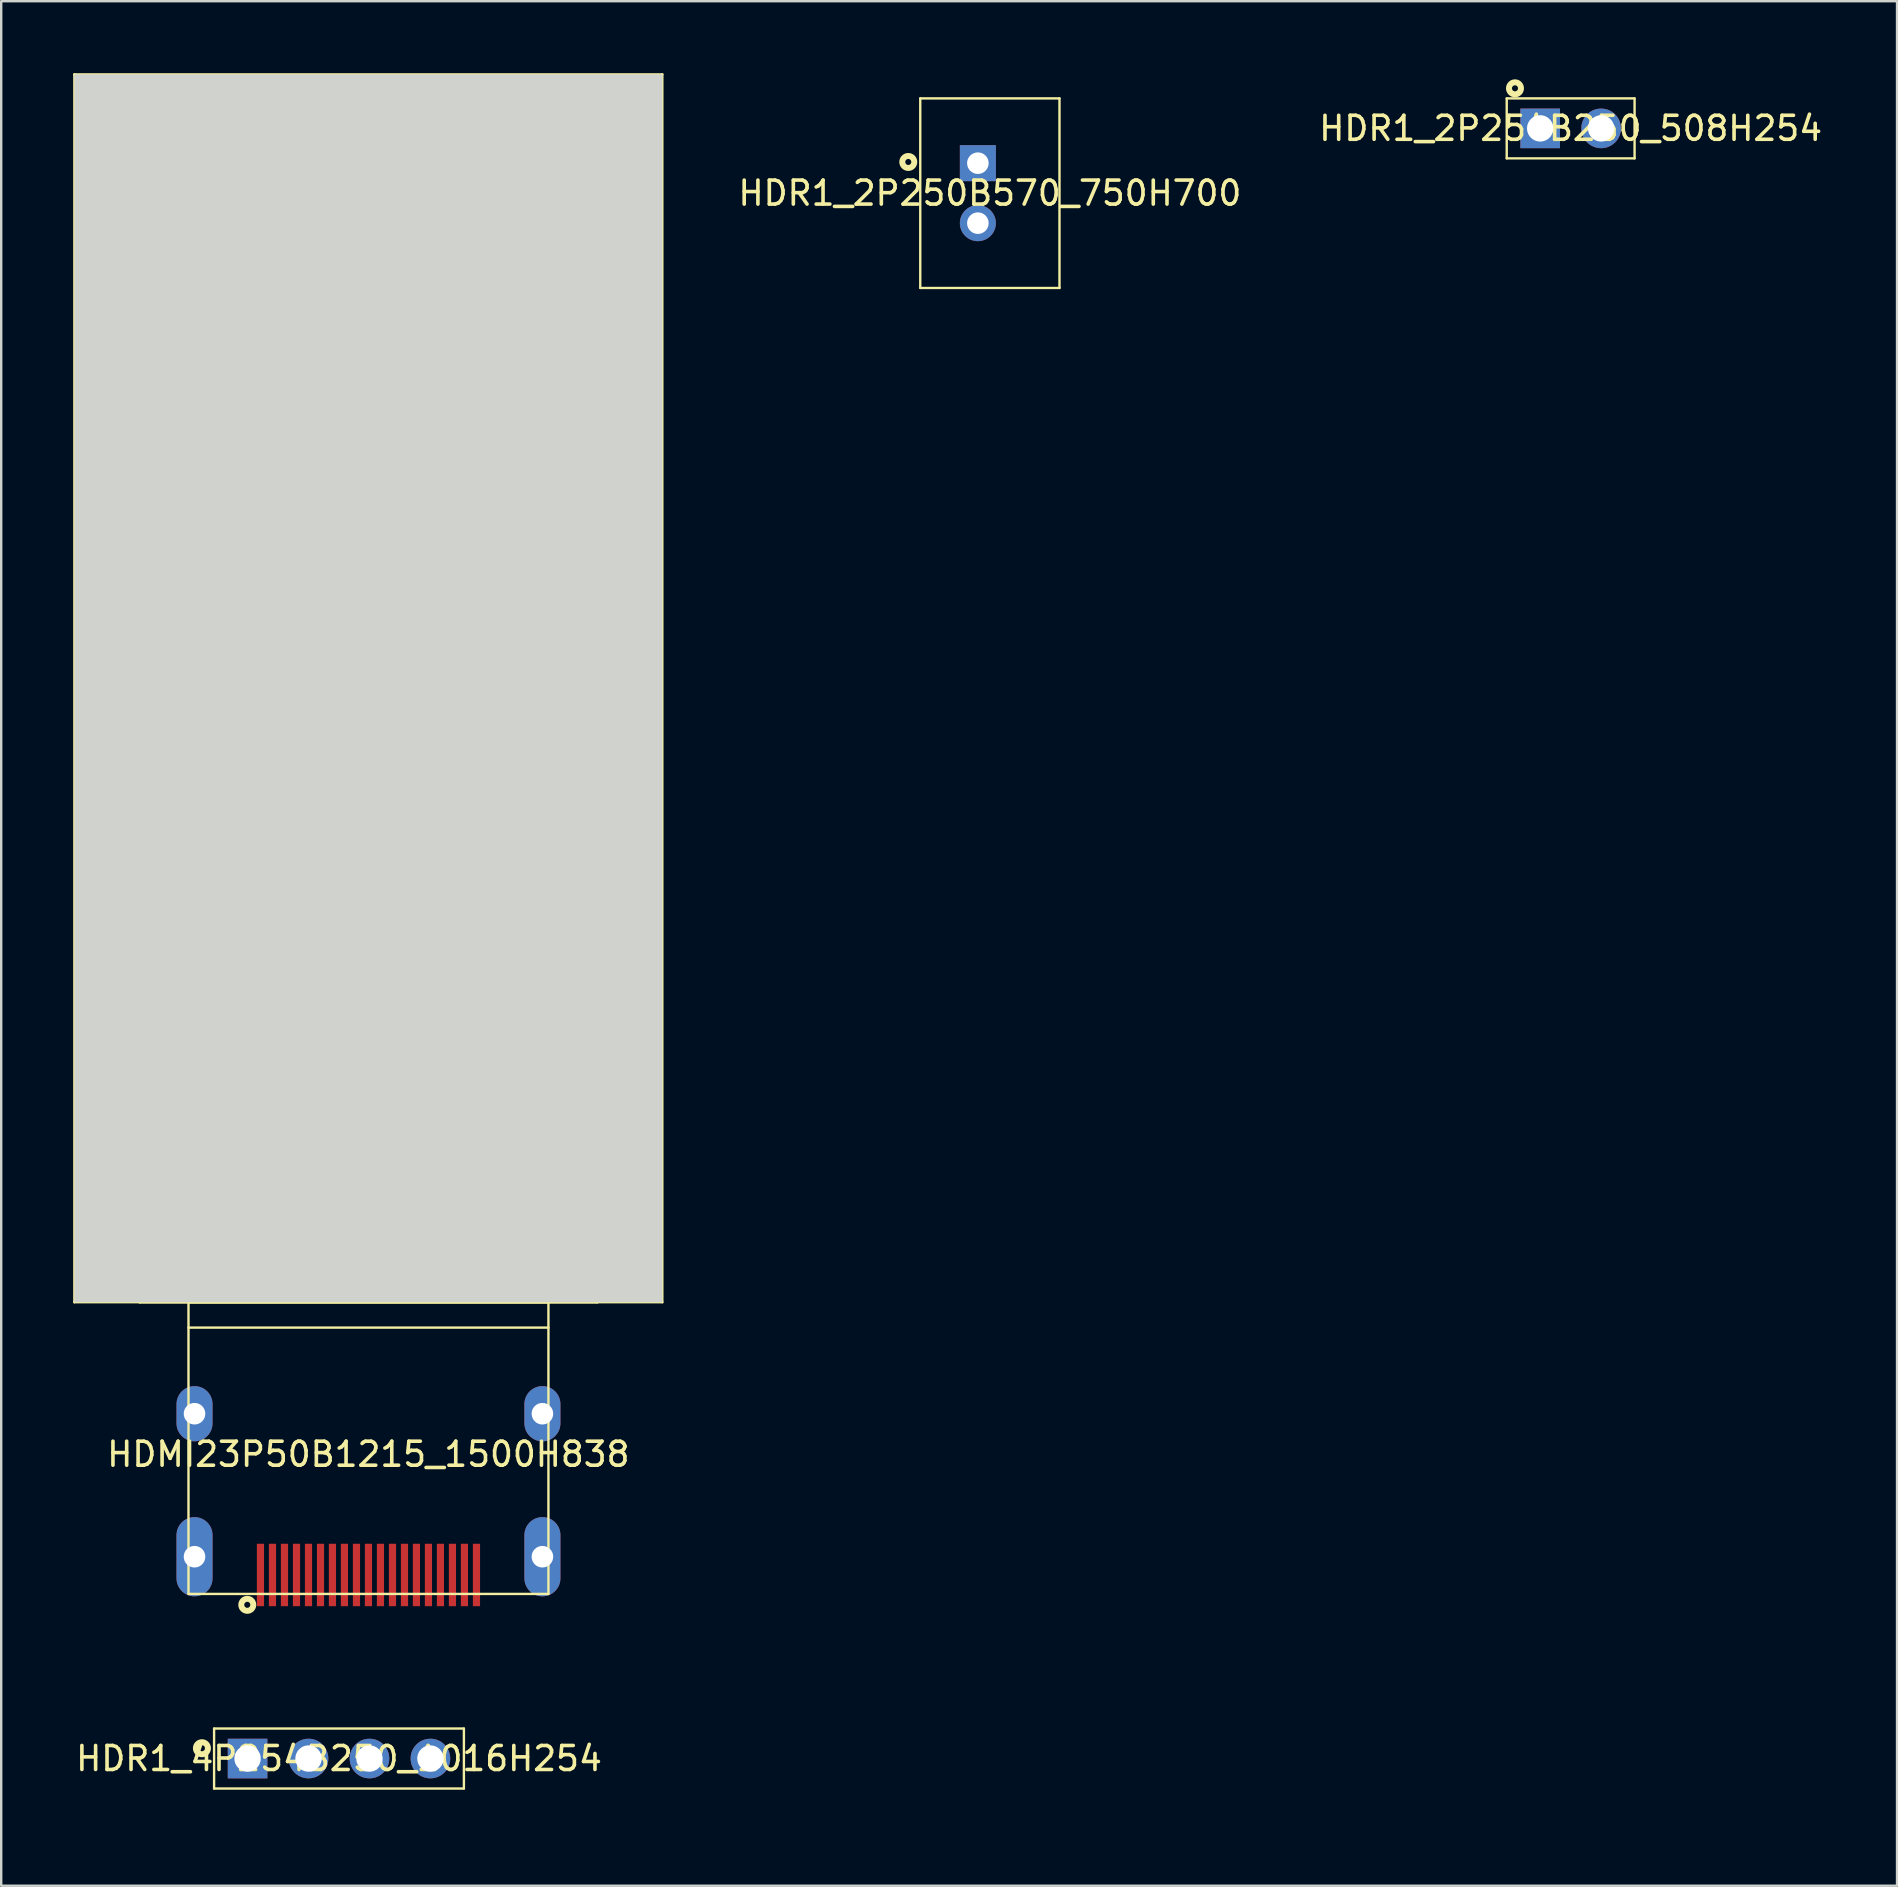
<source format=kicad_pcb>
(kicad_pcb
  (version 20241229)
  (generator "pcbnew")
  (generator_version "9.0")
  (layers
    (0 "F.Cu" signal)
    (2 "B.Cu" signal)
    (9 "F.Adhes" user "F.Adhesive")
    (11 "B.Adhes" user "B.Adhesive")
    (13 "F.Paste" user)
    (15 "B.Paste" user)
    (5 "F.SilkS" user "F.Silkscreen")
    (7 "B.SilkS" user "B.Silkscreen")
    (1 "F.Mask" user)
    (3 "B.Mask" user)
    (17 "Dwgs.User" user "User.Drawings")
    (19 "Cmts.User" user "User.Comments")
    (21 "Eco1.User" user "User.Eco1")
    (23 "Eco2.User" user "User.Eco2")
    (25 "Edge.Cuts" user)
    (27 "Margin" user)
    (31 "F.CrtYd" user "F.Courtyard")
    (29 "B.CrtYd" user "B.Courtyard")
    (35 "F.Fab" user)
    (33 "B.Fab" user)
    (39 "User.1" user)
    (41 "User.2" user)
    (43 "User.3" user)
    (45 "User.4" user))
  (footprint "HDR1_2P250B570_750H700"
    (layer "F.Cu")
    (at 38.201 5)
    (property "Reference" "HDR1_2P250B570_750H700" (at 0 0 0) (layer "F.SilkS") (effects (font (size 1 1) (thickness 0.15))))
    (fp_line (start -2.901 3.95) (end -2.901 -3.95) (stroke (width 0.099) (type default)) (layer "F.SilkS"))
    (fp_line (start 2.901 -3.95) (end -2.901 -3.95) (stroke (width 0.099) (type default)) (layer "F.SilkS"))
    (fp_line (start 2.901 3.95) (end -2.901 3.95) (stroke (width 0.099) (type default)) (layer "F.SilkS"))
    (fp_line (start 2.901 3.95) (end 2.901 -3.95) (stroke (width 0.099) (type default)) (layer "F.SilkS"))
    (fp_circle (center -3.4 -1.3) (end -3.15 -1.3) (stroke (width 0.249) (type default)) (fill no) (layer "F.SilkS"))
    (fp_line (start -3.899 4.95) (end -3.899 -4.95) (stroke (width 0.025) (type default)) (layer "User.1"))
    (fp_line (start 3.899 -4.95) (end -3.899 -4.95) (stroke (width 0.025) (type default)) (layer "User.1"))
    (fp_line (start 3.899 4.95) (end -3.899 4.95) (stroke (width 0.025) (type default)) (layer "User.1"))
    (fp_line (start 3.899 4.95) (end 3.899 -4.95) (stroke (width 0.025) (type default)) (layer "User.1"))
    (fp_poly (pts (xy -2.901 -3.95) (xy 2.901 -3.95) (xy 2.901 3.95) (xy -2.901 3.95)) (stroke (width 0.1) (type default)) (fill no) (layer "User.1"))
    (fp_poly (pts (xy -2.901 -3.95) (xy 2.901 -3.95) (xy 2.901 3.95) (xy -2.901 3.95)) (stroke (width 0.1) (type default)) (fill no) (layer "User.1"))
    (fp_poly (pts (xy -2.251 -2.999) (xy -2.251 2.999) (xy 1.25 2.999) (xy 1.25 -2.999)) (stroke (width 0.1) (type default)) (fill no) (layer "User.1"))
    (fp_poly (pts (xy -2.251 -2.999) (xy -2.251 2.999) (xy 1.25 2.999) (xy 1.25 -2.999)) (stroke (width 0.1) (type default)) (fill no) (layer "User.1"))
    (fp_poly (pts (xy -3.899 -4.95) (xy 3.899 -4.95) (xy 3.899 4.95) (xy -3.899 4.95) (xy -3.899 3.95) (xy -2.901 3.95) (xy 2.901 3.95) (xy 2.901 -3.95) (xy -2.901 -3.95) (xy -2.901 3.808) (xy -3.899 3.808)) (stroke (width 0.1) (type default)) (fill no) (layer "User.1"))
    (fp_poly (pts (xy -3.899 -4.95) (xy 3.899 -4.95) (xy 3.899 4.95) (xy -3.899 4.95) (xy -3.899 3.95) (xy -2.901 3.95) (xy 2.901 3.95) (xy 2.901 -3.95) (xy -2.901 -3.95) (xy -2.901 3.808) (xy -3.899 3.808)) (stroke (width 0.1) (type default)) (fill no) (layer "User.1"))
    (pad "1" thru_hole rect (at -0.5 -1.25 90) (size 1.501 1.501) (drill 0.899) (layers "*.Cu" "*.Mask"))
    (pad "2" thru_hole circle (at -0.5 1.25 90) (size 1.501 1.501) (drill 0.899) (layers "*.Cu" "*.Mask")))
  (footprint "HDR1_4P254B250_1016H254"
    (layer "F.Cu")
    (at 11.077 70.234)
    (property "Reference" "HDR1_4P254B250_1016H254" (at 0 0 0) (layer "F.SilkS") (effects (font (size 1 1) (thickness 0.15))))
    (fp_line (start -5.205 1.25) (end -5.205 -1.25) (stroke (width 0.099) (type default)) (layer "F.SilkS"))
    (fp_line (start 5.205 -1.25) (end -5.205 -1.25) (stroke (width 0.099) (type default)) (layer "F.SilkS"))
    (fp_line (start 5.205 1.25) (end -5.205 1.25) (stroke (width 0.099) (type default)) (layer "F.SilkS"))
    (fp_line (start 5.205 1.25) (end 5.205 -1.25) (stroke (width 0.099) (type default)) (layer "F.SilkS"))
    (fp_circle (center -5.712 -0.43) (end -5.461 -0.43) (stroke (width 0.249) (type default)) (fill no) (layer "F.SilkS"))
    (fp_line (start -6.205 2.251) (end -6.205 -2.251) (stroke (width 0.025) (type default)) (layer "User.1"))
    (fp_line (start 6.205 -2.251) (end -6.205 -2.251) (stroke (width 0.025) (type default)) (layer "User.1"))
    (fp_line (start 6.205 2.251) (end -6.205 2.251) (stroke (width 0.025) (type default)) (layer "User.1"))
    (fp_line (start 6.205 2.251) (end 6.205 -2.251) (stroke (width 0.025) (type default)) (layer "User.1"))
    (fp_poly (pts (xy -5.649 1.829) (xy -5.649 -1.829) (xy 5.601 -1.829) (xy 5.601 1.829)) (stroke (width 0.1) (type default)) (fill no) (layer "User.1"))
    (fp_poly (pts (xy -5.649 1.829) (xy -5.649 -1.829) (xy 5.601 -1.829) (xy 5.601 1.829)) (stroke (width 0.1) (type default)) (fill no) (layer "User.1"))
    (fp_poly (pts (xy -5.205 1.25) (xy -5.205 -1.25) (xy 5.205 -1.25) (xy 5.205 1.25)) (stroke (width 0.1) (type default)) (fill no) (layer "User.1"))
    (fp_poly (pts (xy -5.205 1.25) (xy -5.205 -1.25) (xy 5.205 -1.25) (xy 5.205 1.25)) (stroke (width 0.1) (type default)) (fill no) (layer "User.1"))
    (fp_poly (pts (xy -6.205 2.251) (xy -5.22 2.251) (xy -5.22 -1.26) (xy 5.21 -1.26) (xy 5.21 1.27) (xy -5.199 1.27) (xy -5.199 2.251) (xy 6.205 2.251) (xy 6.205 -2.251) (xy -6.205 -2.251)) (stroke (width 0.1) (type default)) (fill no) (layer "User.1"))
    (fp_poly (pts (xy -6.205 2.251) (xy -5.22 2.251) (xy -5.22 -1.26) (xy 5.21 -1.26) (xy 5.21 1.27) (xy -5.199 1.27) (xy -5.199 2.251) (xy 6.205 2.251) (xy 6.205 -2.251) (xy -6.205 -2.251)) (stroke (width 0.1) (type default)) (fill no) (layer "User.1"))
    (pad "1" thru_hole rect (at -3.81 0 90) (size 1.651 1.651) (drill 1.1) (layers "*.Cu" "*.Mask"))
    (pad "2" thru_hole circle (at -1.27 0 90) (size 1.651 1.651) (drill 1.1) (layers "*.Cu" "*.Mask"))
    (pad "3" thru_hole circle (at 1.27 0 90) (size 1.651 1.651) (drill 1.1) (layers "*.Cu" "*.Mask"))
    (pad "4" thru_hole circle (at 3.81 0 90) (size 1.651 1.651) (drill 1.1) (layers "*.Cu" "*.Mask")))
  (footprint "HDR1_2P254B250_508H254"
    (layer "F.Cu")
    (at 62.404 2.3)
    (property "Reference" "HDR1_2P254B250_508H254" (at 0 0 0) (layer "F.SilkS") (effects (font (size 1 1) (thickness 0.15))))
    (fp_line (start -2.664 -1.25) (end -2.664 1.25) (stroke (width 0.099) (type default)) (layer "F.SilkS"))
    (fp_line (start 2.664 -1.25) (end -2.664 -1.25) (stroke (width 0.099) (type default)) (layer "F.SilkS"))
    (fp_line (start 2.664 -1.25) (end 2.664 1.25) (stroke (width 0.099) (type default)) (layer "F.SilkS"))
    (fp_line (start 2.664 1.25) (end -2.664 1.25) (stroke (width 0.099) (type default)) (layer "F.SilkS"))
    (fp_circle (center -2.32 -1.67) (end -2.07 -1.67) (stroke (width 0.249) (type default)) (fill no) (layer "F.SilkS"))
    (fp_line (start -3.665 -2.251) (end -3.665 2.251) (stroke (width 0.025) (type default)) (layer "User.1"))
    (fp_line (start 3.665 -2.251) (end -3.665 -2.251) (stroke (width 0.025) (type default)) (layer "User.1"))
    (fp_line (start 3.665 -2.251) (end 3.665 2.251) (stroke (width 0.025) (type default)) (layer "User.1"))
    (fp_line (start 3.665 2.251) (end -3.665 2.251) (stroke (width 0.025) (type default)) (layer "User.1"))
    (fp_poly (pts (xy -3.099 1.829) (xy -3.099 -1.829) (xy 3.099 -1.829) (xy 3.099 1.829)) (stroke (width 0.1) (type default)) (fill no) (layer "User.1"))
    (fp_poly (pts (xy -3.099 1.829) (xy -3.099 -1.829) (xy 3.099 -1.829) (xy 3.099 1.829)) (stroke (width 0.1) (type default)) (fill no) (layer "User.1"))
    (fp_poly (pts (xy -2.664 1.25) (xy -2.664 -1.25) (xy 2.664 -1.25) (xy 2.664 1.25)) (stroke (width 0.1) (type default)) (fill no) (layer "User.1"))
    (fp_poly (pts (xy -2.664 1.25) (xy -2.664 -1.25) (xy 2.664 -1.25) (xy 2.664 1.25)) (stroke (width 0.1) (type default)) (fill no) (layer "User.1"))
    (fp_poly (pts (xy -3.665 2.251) (xy -2.679 2.251) (xy -2.679 -1.28) (xy 2.659 -1.28) (xy 2.69 -1.25) (xy 2.69 1.26) (xy 2.679 1.27) (xy -2.659 1.27) (xy -2.659 2.251) (xy 3.665 2.251) (xy 3.665 -2.251) (xy -3.665 -2.251)) (stroke (width 0.1) (type default)) (fill no) (layer "User.1"))
    (fp_poly (pts (xy -3.665 2.251) (xy -2.679 2.251) (xy -2.679 -1.28) (xy 2.659 -1.28) (xy 2.69 -1.25) (xy 2.69 1.26) (xy 2.679 1.27) (xy -2.659 1.27) (xy -2.659 2.251) (xy 3.665 2.251) (xy 3.665 -2.251) (xy -3.665 -2.251)) (stroke (width 0.1) (type default)) (fill no) (layer "User.1"))
    (pad "1" thru_hole rect (at -1.27 0 180) (size 1.651 1.651) (drill 1.1) (layers "*.Cu" "*.Mask"))
    (pad "2" thru_hole circle (at 1.27 0 180) (size 1.651 1.651) (drill 1.1) (layers "*.Cu" "*.Mask")))
  (footprint "HDMI23P50B1215_1500H838"
    (layer "F.Cu")
    (at 12.3 57.554)
    (property "Reference" "HDMI23P50B1215_1500H838" (at 0 0 0) (layer "F.SilkS") (effects (font (size 1 1) (thickness 0.15))))
    (fp_line (start -12.251 -57.505) (end -12.251 -6.336) (stroke (width 0.099) (type default)) (layer "F.SilkS"))
    (fp_line (start -9.53 -34.462) (end -9.53 -6.331) (stroke (width 0.099) (type default)) (layer "F.SilkS"))
    (fp_line (start -7.495 -6.331) (end -7.495 5.821) (stroke (width 0.099) (type default)) (layer "F.SilkS"))
    (fp_line (start 7.505 -6.331) (end -7.495 -6.331) (stroke (width 0.099) (type default)) (layer "F.SilkS"))
    (fp_line (start 7.505 -6.331) (end 7.505 5.821) (stroke (width 0.099) (type default)) (layer "F.SilkS"))
    (fp_line (start 7.505 -5.279) (end -7.495 -5.279) (stroke (width 0.099) (type default)) (layer "F.SilkS"))
    (fp_line (start 7.505 5.821) (end -7.495 5.821) (stroke (width 0.099) (type default)) (layer "F.SilkS"))
    (fp_line (start 9.54 -34.462) (end -9.53 -34.462) (stroke (width 0.099) (type default)) (layer "F.SilkS"))
    (fp_line (start 9.54 -34.462) (end 9.54 -6.331) (stroke (width 0.099) (type default)) (layer "F.SilkS"))
    (fp_line (start 9.54 -6.331) (end -9.53 -6.331) (stroke (width 0.099) (type default)) (layer "F.SilkS"))
    (fp_line (start 12.251 -57.505) (end -12.251 -57.505) (stroke (width 0.099) (type default)) (layer "F.SilkS"))
    (fp_line (start 12.251 -57.505) (end 12.251 -6.336) (stroke (width 0.099) (type default)) (layer "F.SilkS"))
    (fp_line (start 12.251 -6.336) (end -12.251 -6.336) (stroke (width 0.099) (type default)) (layer "F.SilkS"))
    (fp_circle (center -5.045 6.274) (end -4.795 6.274) (stroke (width 0.249) (type default)) (fill no) (layer "F.SilkS"))
    (fp_poly (pts (xy 12.251 -6.336) (xy 12.251 -57.505) (xy -12.251 -57.505) (xy -12.251 -6.336)) (stroke (width 0) (type default)) (fill yes) (layer "Edge.Cuts"))
    (fp_line (start -8.994 -7.329) (end -8.994 6.819) (stroke (width 0.025) (type default)) (layer "User.1"))
    (fp_line (start -8.994 -0.256) (end -8.994 7.329) (stroke (width 0.025) (type default)) (layer "User.1"))
    (fp_line (start 9.005 -7.329) (end -8.994 -7.329) (stroke (width 0.025) (type default)) (layer "User.1"))
    (fp_line (start 9.005 -7.329) (end 9.005 7.329) (stroke (width 0.025) (type default)) (layer "User.1"))
    (fp_line (start 9.005 7.329) (end -8.994 7.329) (stroke (width 0.025) (type default)) (layer "User.1"))
    (fp_poly (pts (xy -9.005 6.946) (xy -9.005 -4.936) (xy -5.555 -4.936) (xy -5.555 6.946)) (stroke (width 0.1) (type default)) (fill no) (layer "User.1"))
    (fp_poly (pts (xy -9.005 6.946) (xy -9.005 -4.936) (xy -5.555 -4.936) (xy -5.555 6.946)) (stroke (width 0.1) (type default)) (fill no) (layer "User.1"))
    (fp_poly (pts (xy 7.505 5.821) (xy 7.505 -6.331) (xy -7.495 -6.331) (xy -7.495 5.821)) (stroke (width 0.1) (type default)) (fill no) (layer "User.1"))
    (fp_poly (pts (xy 7.505 5.821) (xy 7.505 -6.331) (xy -7.495 -6.331) (xy -7.495 5.821)) (stroke (width 0.1) (type default)) (fill no) (layer "User.1"))
    (fp_poly (pts (xy 9.005 6.946) (xy 9.005 -4.886) (xy 5.575 -4.886) (xy 5.575 6.946)) (stroke (width 0.1) (type default)) (fill no) (layer "User.1"))
    (fp_poly (pts (xy 9.005 6.946) (xy 9.005 -4.886) (xy 5.575 -4.886) (xy 5.575 6.946)) (stroke (width 0.1) (type default)) (fill no) (layer "User.1"))
    (fp_poly (pts (xy 9.005 -7.329) (xy 7.516 -7.329) (xy 7.516 5.846) (xy -7.505 5.846) (xy -7.505 -6.336) (xy 7.505 -6.336) (xy 7.505 -7.329) (xy -8.994 -7.329) (xy -8.994 7.329) (xy 9.005 7.329)) (stroke (width 0.1) (type default)) (fill no) (layer "User.1"))
    (fp_poly (pts (xy 9.005 -7.329) (xy 7.516 -7.329) (xy 7.516 5.846) (xy -7.505 5.846) (xy -7.505 -6.336) (xy 7.505 -6.336) (xy 7.505 -7.329) (xy -8.994 -7.329) (xy -8.994 7.329) (xy 9.005 7.329)) (stroke (width 0.1) (type default)) (fill no) (layer "User.1"))
    (pad "1" smd rect (at -4.496 5.03 180) (size 0.299 2.601) (layers "F.Cu" "F.Mask" "F.Paste"))
    (pad "2" smd rect (at -3.995 5.03 180) (size 0.299 2.601) (layers "F.Cu" "F.Mask" "F.Paste"))
    (pad "3" smd rect (at -3.495 5.03 180) (size 0.299 2.601) (layers "F.Cu" "F.Mask" "F.Paste"))
    (pad "4" smd rect (at -2.994 5.03 180) (size 0.299 2.601) (layers "F.Cu" "F.Mask" "F.Paste"))
    (pad "5" smd rect (at -2.494 5.03 180) (size 0.299 2.601) (layers "F.Cu" "F.Mask" "F.Paste"))
    (pad "6" smd rect (at -1.994 5.03 180) (size 0.299 2.601) (layers "F.Cu" "F.Mask" "F.Paste"))
    (pad "7" smd rect (at -1.496 5.03 180) (size 0.299 2.601) (layers "F.Cu" "F.Mask" "F.Paste"))
    (pad "8" smd rect (at -0.996 5.03 180) (size 0.299 2.601) (layers "F.Cu" "F.Mask" "F.Paste"))
    (pad "9" smd rect (at -0.495 5.03 180) (size 0.299 2.601) (layers "F.Cu" "F.Mask" "F.Paste"))
    (pad "10" smd rect (at 0.005 5.03 180) (size 0.299 2.601) (layers "F.Cu" "F.Mask" "F.Paste"))
    (pad "11" smd rect (at 0.505 5.03 180) (size 0.299 2.601) (layers "F.Cu" "F.Mask" "F.Paste"))
    (pad "12" smd rect (at 1.006 5.03 180) (size 0.299 2.601) (layers "F.Cu" "F.Mask" "F.Paste"))
    (pad "13" smd rect (at 1.506 5.03 180) (size 0.299 2.601) (layers "F.Cu" "F.Mask" "F.Paste"))
    (pad "14" smd rect (at 2.004 5.03 180) (size 0.299 2.601) (layers "F.Cu" "F.Mask" "F.Paste"))
    (pad "15" smd rect (at 2.505 5.03 180) (size 0.299 2.601) (layers "F.Cu" "F.Mask" "F.Paste"))
    (pad "16" smd rect (at 3.005 5.03 180) (size 0.299 2.601) (layers "F.Cu" "F.Mask" "F.Paste"))
    (pad "17" smd rect (at 3.505 5.03 180) (size 0.299 2.601) (layers "F.Cu" "F.Mask" "F.Paste"))
    (pad "18" smd rect (at 4.005 5.03 180) (size 0.299 2.601) (layers "F.Cu" "F.Mask" "F.Paste"))
    (pad "19" smd rect (at 4.506 5.03 180) (size 0.299 2.601) (layers "F.Cu" "F.Mask" "F.Paste"))
    (pad "20" thru_hole oval (at 7.254 4.269 180) (size 1.501 3.3) (drill oval 0.899) (layers "*.Cu" "*.Mask"))
    (pad "21" thru_hole oval (at -7.244 4.269 180) (size 1.501 3.3) (drill oval 0.899) (layers "*.Cu" "*.Mask"))
    (pad "22" thru_hole oval (at 7.254 -1.69 180) (size 1.501 2.301) (drill oval 0.899) (layers "*.Cu" "*.Mask"))
    (pad "23" thru_hole oval (at -7.244 -1.69 180) (size 1.501 2.301) (drill oval 0.899) (layers "*.Cu" "*.Mask")))
  (gr_rect
    (start -3 -3)
    (end 76.005 75.534)
    (stroke (width 0.1) (type default))
    (fill no)
    (layer "Edge.Cuts")))
</source>
